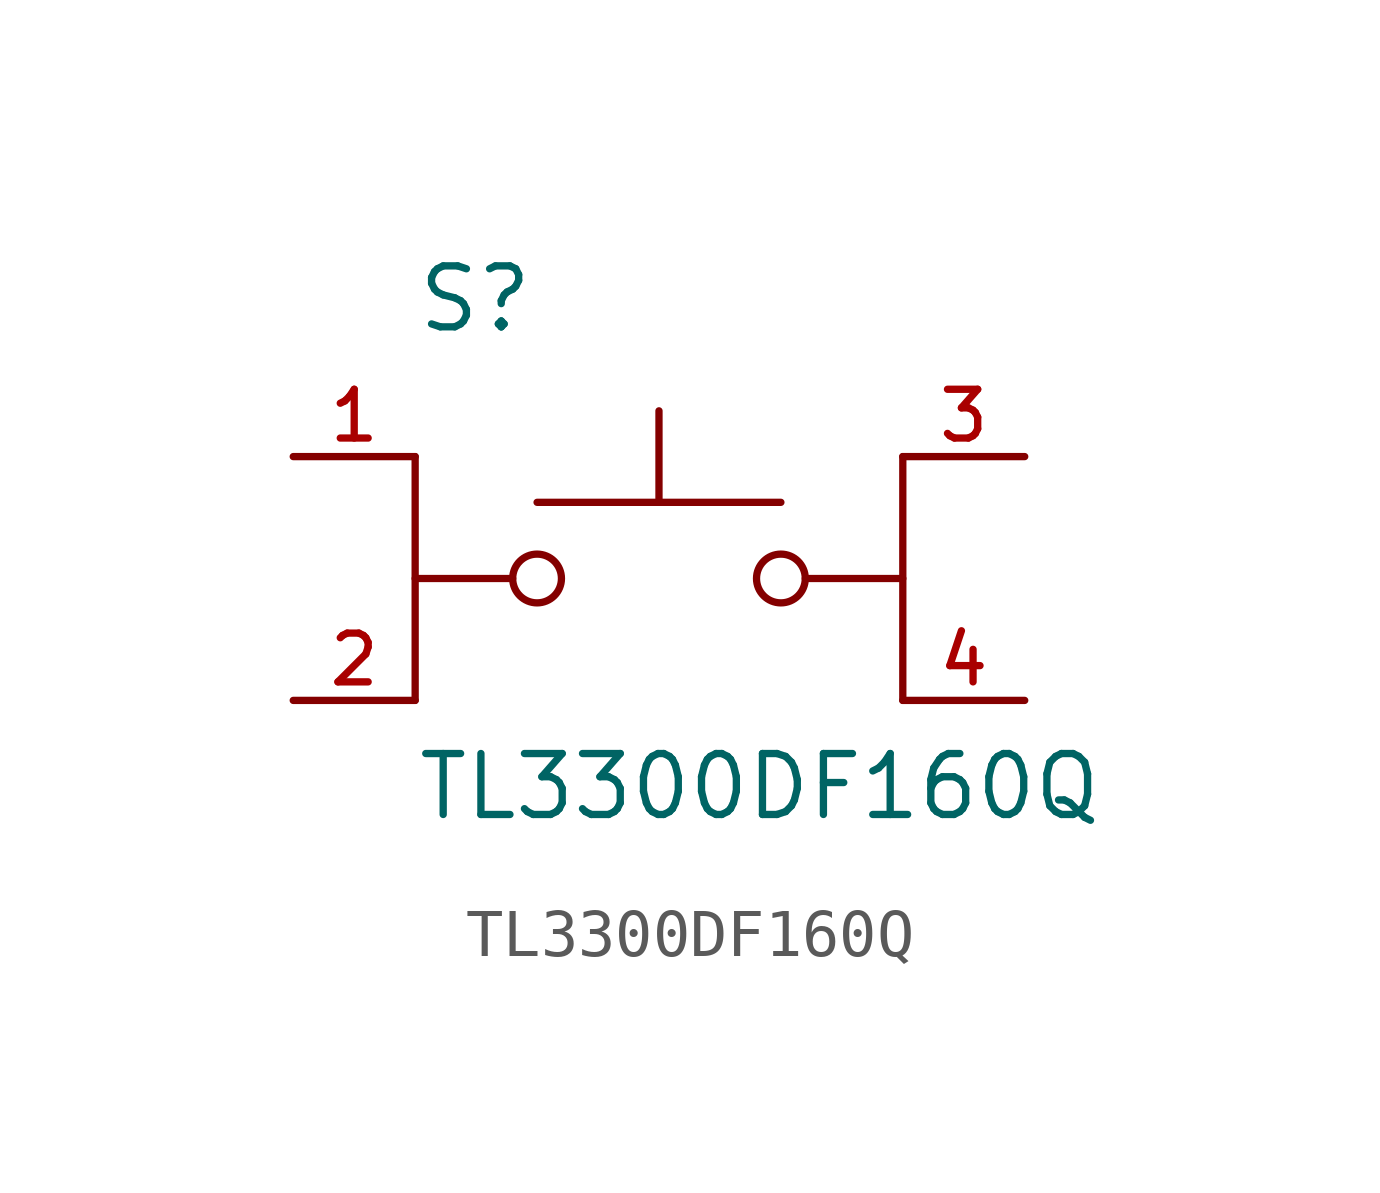
<source format=kicad_sym>
(kicad_symbol_lib
  (version 20211014)
  (generator kicad_symbol_editor)
  (symbol "TL3300DF160Q"
    (pin_names
      (offset 1.016))
    (property "Reference" "S"
      (at -5.08 5.08 0)
      (effects (font (size 1.27 1.27)) (justify bottom left)))
    (property "Value" "TL3300DF160Q"
      (at -5.08 -5.08 0)
      (effects (font (size 1.27 1.27)) (justify bottom left)))
    (symbol "TL3300DF160Q_0_0"
      (circle (center 2.54 0.0) (radius 0.508) (stroke (width 0.152)) (fill (type none)))
      (polyline (pts (xy 5.08 0.0) (xy 3.048 0.0)) (stroke (width 0.152)))
      (polyline (pts (xy -5.08 0.0) (xy -3.048 0.0)) (stroke (width 0.152)))
      (circle (center -2.54 0.0) (radius 0.508) (stroke (width 0.152)) (fill (type none)))
      (polyline (pts (xy -2.54 1.587) (xy 0.0 1.587)) (stroke (width 0.152)))
      (polyline (pts (xy 0.0 1.587) (xy 2.54 1.587)) (stroke (width 0.152)))
      (polyline (pts (xy 0.0 1.587) (xy 0.0 3.493)) (stroke (width 0.152)))
      (polyline (pts (xy -5.08 2.54) (xy -5.08 -2.54)) (stroke (width 0.152)))
      (polyline (pts (xy 5.08 2.54) (xy 5.08 -2.54)) (stroke (width 0.152)))
      (pin passive line (at -7.62 2.54 0) (length 2.54) (name "~" (effects (font (size 1.016 1.016)))) (number "1" (effects (font (size 1.016 1.016)))))
      (pin passive line (at -7.62 -2.54 0) (length 2.54) (name "~" (effects (font (size 1.016 1.016)))) (number "2" (effects (font (size 1.016 1.016)))))
      (pin passive line (at 7.62 2.54 180.0) (length 2.54) (name "~" (effects (font (size 1.016 1.016)))) (number "3" (effects (font (size 1.016 1.016)))))
      (pin passive line (at 7.62 -2.54 180.0) (length 2.54) (name "~" (effects (font (size 1.016 1.016)))) (number "4" (effects (font (size 1.016 1.016))))))))
</source>
